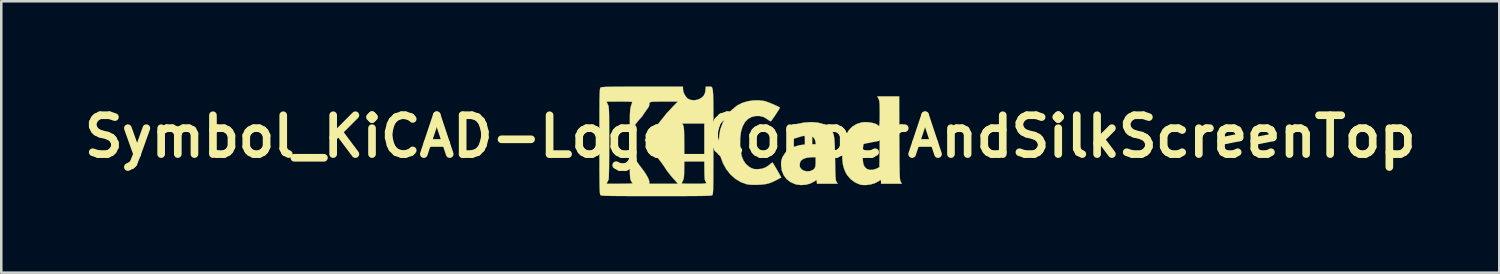
<source format=kicad_pcb>
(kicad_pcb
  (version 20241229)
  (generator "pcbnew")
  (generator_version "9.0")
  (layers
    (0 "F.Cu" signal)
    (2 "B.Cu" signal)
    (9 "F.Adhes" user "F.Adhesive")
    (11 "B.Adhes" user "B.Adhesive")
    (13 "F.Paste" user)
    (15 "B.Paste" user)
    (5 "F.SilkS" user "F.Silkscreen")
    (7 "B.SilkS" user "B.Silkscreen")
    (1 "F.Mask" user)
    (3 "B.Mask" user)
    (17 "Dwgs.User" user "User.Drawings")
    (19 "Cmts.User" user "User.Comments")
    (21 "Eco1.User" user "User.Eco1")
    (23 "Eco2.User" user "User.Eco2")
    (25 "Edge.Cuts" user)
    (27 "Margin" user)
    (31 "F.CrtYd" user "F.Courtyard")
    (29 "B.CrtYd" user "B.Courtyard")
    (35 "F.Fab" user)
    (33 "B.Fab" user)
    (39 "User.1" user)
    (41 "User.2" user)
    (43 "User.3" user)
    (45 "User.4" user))
  (footprint "Symbol_KiCAD-Logo_CopperAndSilkScreenTop"
    (layer "F.Cu")
    (at 26.387 2.306)
    (property "Reference" "Symbol_KiCAD-Logo_CopperAndSilkScreenTop" (at 0 0 0) (layer "F.SilkS") (effects (font (size 1.524 1.524) (thickness 0.3))))
    (attr through_hole)
    (fp_poly (pts (xy -2.044 -2.274) (xy -1.926 -2.208) (xy -1.833 -2.105) (xy -1.789 -2.019) (xy -1.759 -1.88) (xy -1.768 -1.742) (xy -1.815 -1.621) (xy -1.827 -1.602) (xy -1.918 -1.515) (xy -2.037 -1.454) (xy -2.17 -1.425) (xy -2.302 -1.428) (xy -2.42 -1.467) (xy -2.441 -1.48) (xy -2.523 -1.559) (xy -2.591 -1.667) (xy -2.633 -1.785) (xy -2.642 -1.854) (xy -2.622 -1.963) (xy -2.572 -2.078) (xy -2.501 -2.177) (xy -2.445 -2.226) (xy -2.313 -2.286) (xy -2.176 -2.301) (xy -2.044 -2.274)) (stroke (width 0.01) (type solid)) (fill yes) (layer "F.Mask"))
    (fp_poly (pts (xy -1.803 0.592) (xy -1.803 0.864) (xy -1.802 1.089) (xy -1.801 1.272) (xy -1.799 1.417) (xy -1.795 1.53) (xy -1.791 1.613) (xy -1.786 1.672) (xy -1.779 1.712) (xy -1.77 1.735) (xy -1.766 1.741) (xy -1.74 1.779) (xy -1.729 1.807) (xy -1.739 1.827) (xy -1.776 1.841) (xy -1.844 1.849) (xy -1.948 1.853) (xy -2.095 1.854) (xy -2.21 1.854) (xy -2.36 1.854) (xy -2.491 1.852) (xy -2.596 1.849) (xy -2.665 1.845) (xy -2.692 1.841) (xy -2.692 1.84) (xy -2.682 1.811) (xy -2.655 1.755) (xy -2.642 1.727) (xy -2.629 1.7) (xy -2.618 1.669) (xy -2.61 1.631) (xy -2.603 1.579) (xy -2.599 1.509) (xy -2.595 1.415) (xy -2.593 1.292) (xy -2.592 1.136) (xy -2.591 0.94) (xy -2.591 0.699) (xy -2.591 0.635) (xy -2.591 0.377) (xy -2.592 0.166) (xy -2.594 -0.005) (xy -2.596 -0.139) (xy -2.6 -0.241) (xy -2.605 -0.317) (xy -2.612 -0.372) (xy -2.62 -0.409) (xy -2.63 -0.433) (xy -2.668 -0.508) (xy -1.803 -0.508) (xy -1.803 0.592)) (stroke (width 0.01) (type solid)) (fill yes) (layer "F.Mask"))
    (fp_poly (pts (xy -3.386 -1.372) (xy -2.841 -1.372) (xy -3.04 -1.17) (xy -3.369 -0.807) (xy -3.584 -0.533) (xy -3.662 -0.43) (xy -3.757 -0.309) (xy -3.857 -0.186) (xy -3.952 -0.072) (xy -4.031 0.02) (xy -4.057 0.048) (xy -4.138 0.135) (xy -4.068 0.226) (xy -3.933 0.416) (xy -3.845 0.555) (xy -3.79 0.637) (xy -3.729 0.717) (xy -3.724 0.723) (xy -3.655 0.806) (xy -3.574 0.908) (xy -3.491 1.018) (xy -3.414 1.124) (xy -3.352 1.213) (xy -3.317 1.271) (xy -3.282 1.324) (xy -3.223 1.402) (xy -3.151 1.493) (xy -3.076 1.584) (xy -3.008 1.663) (xy -2.972 1.702) (xy -2.948 1.728) (xy -2.906 1.775) (xy -2.898 1.785) (xy -2.836 1.854) (xy -3.962 1.854) (xy -3.962 1.776) (xy -3.979 1.699) (xy -4.026 1.594) (xy -4.1 1.468) (xy -4.194 1.33) (xy -4.281 1.216) (xy -4.353 1.123) (xy -4.418 1.032) (xy -4.465 0.96) (xy -4.471 0.949) (xy -4.511 0.882) (xy -4.547 0.834) (xy -4.555 0.826) (xy -4.59 0.787) (xy -4.63 0.73) (xy -4.668 0.682) (xy -4.698 0.66) (xy -4.7 0.66) (xy -4.708 0.685) (xy -4.716 0.756) (xy -4.721 0.87) (xy -4.724 1.022) (xy -4.724 1.157) (xy -4.724 1.336) (xy -4.721 1.472) (xy -4.717 1.572) (xy -4.709 1.644) (xy -4.698 1.695) (xy -4.684 1.733) (xy -4.683 1.735) (xy -4.647 1.794) (xy -4.616 1.833) (xy -4.613 1.835) (xy -4.628 1.84) (xy -4.688 1.845) (xy -4.784 1.849) (xy -4.91 1.852) (xy -5.059 1.854) (xy -5.111 1.854) (xy -5.638 1.854) (xy -5.608 1.784) (xy -5.58 1.726) (xy -5.558 1.69) (xy -5.554 1.661) (xy -5.55 1.586) (xy -5.547 1.469) (xy -5.544 1.315) (xy -5.542 1.13) (xy -5.54 0.916) (xy -5.538 0.68) (xy -5.537 0.426) (xy -5.537 0.254) (xy -5.537 -0.05) (xy -5.538 -0.307) (xy -5.538 -0.522) (xy -5.539 -0.699) (xy -5.541 -0.842) (xy -5.544 -0.955) (xy -5.547 -1.043) (xy -5.552 -1.11) (xy -5.557 -1.159) (xy -5.564 -1.196) (xy -5.573 -1.224) (xy -5.583 -1.247) (xy -5.588 -1.257) (xy -5.619 -1.319) (xy -5.637 -1.358) (xy -5.639 -1.364) (xy -5.615 -1.366) (xy -5.547 -1.368) (xy -5.444 -1.37) (xy -5.313 -1.371) (xy -5.162 -1.372) (xy -5.128 -1.372) (xy -4.955 -1.371) (xy -4.826 -1.37) (xy -4.736 -1.368) (xy -4.678 -1.363) (xy -4.646 -1.356) (xy -4.633 -1.345) (xy -4.634 -1.331) (xy -4.636 -1.327) (xy -4.669 -1.238) (xy -4.693 -1.15) (xy -4.709 -1.051) (xy -4.719 -0.931) (xy -4.724 -0.779) (xy -4.724 -0.639) (xy -4.724 -0.219) (xy -4.648 -0.292) (xy -4.601 -0.342) (xy -4.574 -0.38) (xy -4.572 -0.387) (xy -4.557 -0.412) (xy -4.517 -0.466) (xy -4.462 -0.536) (xy -4.401 -0.611) (xy -4.342 -0.682) (xy -4.294 -0.736) (xy -4.267 -0.762) (xy -4.244 -0.789) (xy -4.206 -0.845) (xy -4.178 -0.889) (xy -4.12 -0.977) (xy -4.057 -1.063) (xy -4.035 -1.092) (xy -3.99 -1.158) (xy -3.965 -1.219) (xy -3.962 -1.236) (xy -3.962 -1.279) (xy -3.956 -1.312) (xy -3.939 -1.337) (xy -3.905 -1.353) (xy -3.847 -1.363) (xy -3.759 -1.369) (xy -3.635 -1.371) (xy -3.469 -1.372) (xy -3.386 -1.372)) (stroke (width 0.01) (type solid)) (fill yes) (layer "F.Mask"))
    (fp_poly (pts (xy 0.545 -1.394) (xy 0.586 -1.384) (xy 0.657 -1.361) (xy 0.752 -1.325) (xy 0.86 -1.281) (xy 0.967 -1.234) (xy 1.061 -1.19) (xy 1.131 -1.153) (xy 1.162 -1.132) (xy 1.152 -1.109) (xy 1.12 -1.054) (xy 1.071 -0.977) (xy 1.013 -0.888) (xy 0.951 -0.795) (xy 0.893 -0.71) (xy 0.843 -0.641) (xy 0.811 -0.6) (xy 0.782 -0.602) (xy 0.73 -0.633) (xy 0.686 -0.667) (xy 0.541 -0.759) (xy 0.376 -0.804) (xy 0.218 -0.806) (xy 0.047 -0.765) (xy -0.097 -0.682) (xy -0.214 -0.557) (xy -0.303 -0.392) (xy -0.364 -0.187) (xy -0.396 0.056) (xy -0.4 0.33) (xy -0.378 0.578) (xy -0.333 0.784) (xy -0.262 0.952) (xy -0.164 1.087) (xy -0.037 1.193) (xy -0.007 1.211) (xy 0.07 1.251) (xy 0.141 1.273) (xy 0.229 1.281) (xy 0.292 1.281) (xy 0.452 1.265) (xy 0.591 1.217) (xy 0.725 1.131) (xy 0.775 1.089) (xy 0.829 1.044) (xy 0.865 1.02) (xy 0.873 1.019) (xy 0.895 1.052) (xy 0.934 1.116) (xy 0.985 1.201) (xy 1.042 1.298) (xy 1.098 1.395) (xy 1.149 1.485) (xy 1.189 1.556) (xy 1.212 1.599) (xy 1.215 1.608) (xy 1.19 1.622) (xy 1.132 1.652) (xy 1.054 1.694) (xy 1.049 1.696) (xy 0.887 1.777) (xy 0.744 1.832) (xy 0.602 1.867) (xy 0.443 1.887) (xy 0.292 1.894) (xy 0.099 1.896) (xy -0.053 1.886) (xy -0.144 1.871) (xy -0.376 1.786) (xy -0.589 1.657) (xy -0.779 1.488) (xy -0.941 1.284) (xy -1.072 1.048) (xy -1.168 0.786) (xy -1.172 0.77) (xy -1.209 0.583) (xy -1.228 0.369) (xy -1.229 0.145) (xy -1.213 -0.07) (xy -1.18 -0.259) (xy -1.172 -0.291) (xy -1.07 -0.565) (xy -0.927 -0.811) (xy -0.746 -1.025) (xy -0.529 -1.206) (xy -0.508 -1.22) (xy -0.33 -1.312) (xy -0.122 -1.378) (xy 0.102 -1.415) (xy 0.329 -1.421) (xy 0.545 -1.394)) (stroke (width 0.01) (type solid)) (fill yes) (layer "F.SilkS"))
    (fp_poly (pts (xy 5.847 0.057) (xy 5.849 0.387) (xy 5.851 0.67) (xy 5.852 0.91) (xy 5.854 1.11) (xy 5.857 1.275) (xy 5.859 1.408) (xy 5.863 1.514) (xy 5.867 1.595) (xy 5.872 1.657) (xy 5.878 1.701) (xy 5.885 1.734) (xy 5.893 1.757) (xy 5.9 1.772) (xy 5.945 1.854) (xy 5.131 1.854) (xy 5.131 1.778) (xy 5.127 1.724) (xy 5.119 1.702) (xy 5.119 1.702) (xy 5.093 1.715) (xy 5.041 1.748) (xy 5.014 1.765) (xy 4.882 1.833) (xy 4.722 1.88) (xy 4.553 1.903) (xy 4.393 1.901) (xy 4.293 1.881) (xy 4.109 1.8) (xy 3.943 1.678) (xy 3.809 1.526) (xy 3.747 1.424) (xy 3.68 1.266) (xy 3.636 1.1) (xy 3.613 0.911) (xy 3.607 0.725) (xy 3.608 0.711) (xy 4.408 0.711) (xy 4.413 0.887) (xy 4.426 1.02) (xy 4.451 1.12) (xy 4.491 1.194) (xy 4.547 1.25) (xy 4.579 1.272) (xy 4.685 1.31) (xy 4.811 1.307) (xy 4.946 1.264) (xy 4.97 1.252) (xy 5.067 1.202) (xy 5.074 0.652) (xy 5.081 0.103) (xy 5.014 0.059) (xy 4.95 0.033) (xy 4.861 0.012) (xy 4.803 0.005) (xy 4.714 0.002) (xy 4.655 0.012) (xy 4.605 0.041) (xy 4.579 0.062) (xy 4.512 0.135) (xy 4.463 0.231) (xy 4.43 0.355) (xy 4.413 0.516) (xy 4.408 0.711) (xy 3.608 0.711) (xy 3.624 0.429) (xy 3.672 0.169) (xy 3.75 -0.053) (xy 3.859 -0.238) (xy 3.997 -0.383) (xy 4.164 -0.487) (xy 4.359 -0.55) (xy 4.398 -0.557) (xy 4.514 -0.565) (xy 4.641 -0.559) (xy 4.768 -0.539) (xy 4.881 -0.51) (xy 4.968 -0.473) (xy 5.016 -0.432) (xy 5.037 -0.408) (xy 5.053 -0.413) (xy 5.065 -0.451) (xy 5.073 -0.527) (xy 5.078 -0.644) (xy 5.08 -0.806) (xy 5.08 -0.896) (xy 5.079 -1.07) (xy 5.077 -1.202) (xy 5.073 -1.298) (xy 5.066 -1.368) (xy 5.056 -1.42) (xy 5.041 -1.461) (xy 5.032 -1.481) (xy 4.984 -1.575) (xy 5.84 -1.575) (xy 5.847 0.057)) (stroke (width 0.01) (type solid)) (fill yes) (layer "F.SilkS"))
    (fp_poly (pts (xy 2.628 -0.548) (xy 2.804 -0.508) (xy 2.923 -0.463) (xy 3.015 -0.407) (xy 3.098 -0.334) (xy 3.151 -0.279) (xy 3.194 -0.227) (xy 3.229 -0.173) (xy 3.257 -0.111) (xy 3.278 -0.034) (xy 3.293 0.062) (xy 3.305 0.183) (xy 3.313 0.335) (xy 3.319 0.525) (xy 3.323 0.756) (xy 3.326 0.877) (xy 3.33 1.109) (xy 3.334 1.296) (xy 3.338 1.443) (xy 3.343 1.555) (xy 3.349 1.638) (xy 3.356 1.698) (xy 3.365 1.74) (xy 3.376 1.769) (xy 3.385 1.786) (xy 3.43 1.854) (xy 2.619 1.854) (xy 2.603 1.701) (xy 2.504 1.768) (xy 2.348 1.847) (xy 2.167 1.893) (xy 1.977 1.904) (xy 1.794 1.878) (xy 1.761 1.868) (xy 1.574 1.786) (xy 1.424 1.669) (xy 1.311 1.519) (xy 1.238 1.342) (xy 1.209 1.139) (xy 1.209 1.118) (xy 1.209 1.089) (xy 1.938 1.089) (xy 1.942 1.178) (xy 1.952 1.209) (xy 2.015 1.289) (xy 2.11 1.343) (xy 2.223 1.367) (xy 2.342 1.356) (xy 2.38 1.345) (xy 2.467 1.303) (xy 2.522 1.25) (xy 2.553 1.175) (xy 2.565 1.066) (xy 2.565 1.012) (xy 2.565 0.813) (xy 2.399 0.813) (xy 2.236 0.828) (xy 2.097 0.871) (xy 2.002 0.932) (xy 1.959 0.998) (xy 1.938 1.089) (xy 1.209 1.089) (xy 1.211 1.003) (xy 1.225 0.916) (xy 1.255 0.832) (xy 1.278 0.782) (xy 1.382 0.626) (xy 1.527 0.5) (xy 1.71 0.405) (xy 1.933 0.341) (xy 2.193 0.309) (xy 2.334 0.305) (xy 2.572 0.305) (xy 2.558 0.201) (xy 2.522 0.088) (xy 2.45 0.01) (xy 2.344 -0.034) (xy 2.204 -0.042) (xy 2.032 -0.014) (xy 1.855 0.04) (xy 1.77 0.067) (xy 1.705 0.082) (xy 1.673 0.082) (xy 1.673 0.082) (xy 1.655 0.05) (xy 1.625 -0.016) (xy 1.588 -0.103) (xy 1.549 -0.199) (xy 1.513 -0.289) (xy 1.486 -0.362) (xy 1.474 -0.403) (xy 1.473 -0.407) (xy 1.495 -0.425) (xy 1.538 -0.432) (xy 1.59 -0.438) (xy 1.677 -0.455) (xy 1.785 -0.479) (xy 1.862 -0.498) (xy 2.128 -0.549) (xy 2.387 -0.565) (xy 2.628 -0.548)) (stroke (width 0.01) (type solid)) (fill yes) (layer "F.SilkS"))
    (fp_poly (pts (xy -1.549 -1.957) (xy -1.527 -1.95) (xy -1.508 -1.934) (xy -1.493 -1.905) (xy -1.481 -1.861) (xy -1.47 -1.798) (xy -1.463 -1.713) (xy -1.457 -1.603) (xy -1.453 -1.465) (xy -1.45 -1.296) (xy -1.448 -1.092) (xy -1.448 -0.851) (xy -1.448 -0.568) (xy -1.448 -0.242) (xy -1.448 0.131) (xy -1.448 0.191) (xy -1.448 0.566) (xy -1.448 0.894) (xy -1.449 1.177) (xy -1.45 1.42) (xy -1.451 1.624) (xy -1.452 1.794) (xy -1.455 1.933) (xy -1.457 2.043) (xy -1.461 2.129) (xy -1.465 2.193) (xy -1.47 2.239) (xy -1.475 2.269) (xy -1.482 2.288) (xy -1.488 2.297) (xy -1.499 2.304) (xy -1.519 2.31) (xy -1.552 2.316) (xy -1.599 2.32) (xy -1.666 2.324) (xy -1.755 2.327) (xy -1.868 2.33) (xy -2.01 2.332) (xy -2.183 2.334) (xy -2.39 2.335) (xy -2.635 2.336) (xy -2.921 2.336) (xy -3.251 2.337) (xy -3.628 2.337) (xy -3.683 2.337) (xy -4.067 2.337) (xy -4.403 2.336) (xy -4.695 2.336) (xy -4.945 2.335) (xy -5.158 2.334) (xy -5.335 2.332) (xy -5.481 2.33) (xy -5.598 2.328) (xy -5.689 2.325) (xy -5.759 2.321) (xy -5.809 2.316) (xy -5.843 2.311) (xy -5.865 2.305) (xy -5.877 2.298) (xy -5.878 2.297) (xy -5.886 2.286) (xy -5.892 2.265) (xy -5.897 2.232) (xy -5.902 2.184) (xy -5.906 2.116) (xy -5.909 2.026) (xy -5.912 1.911) (xy -5.914 1.767) (xy -5.915 1.591) (xy -5.917 1.381) (xy -5.917 1.131) (xy -5.918 0.84) (xy -5.918 0.504) (xy -5.918 0.191) (xy -5.918 -0.185) (xy -5.918 -0.513) (xy -5.917 -0.796) (xy -5.916 -1.039) (xy -5.915 -1.243) (xy -5.914 -1.364) (xy -5.639 -1.364) (xy -5.628 -1.339) (xy -5.602 -1.285) (xy -5.588 -1.257) (xy -5.577 -1.234) (xy -5.568 -1.209) (xy -5.56 -1.176) (xy -5.554 -1.133) (xy -5.549 -1.074) (xy -5.545 -0.996) (xy -5.542 -0.894) (xy -5.54 -0.764) (xy -5.539 -0.603) (xy -5.538 -0.404) (xy -5.537 -0.166) (xy -5.537 0.118) (xy -5.537 0.254) (xy -5.538 0.518) (xy -5.539 0.766) (xy -5.54 0.995) (xy -5.542 1.199) (xy -5.545 1.374) (xy -5.548 1.515) (xy -5.552 1.617) (xy -5.555 1.677) (xy -5.558 1.69) (xy -5.582 1.73) (xy -5.608 1.784) (xy -5.638 1.854) (xy -5.111 1.854) (xy -4.956 1.853) (xy -4.822 1.85) (xy -4.715 1.847) (xy -4.643 1.842) (xy -4.613 1.837) (xy -4.613 1.835) (xy -4.643 1.801) (xy -4.679 1.743) (xy -4.683 1.735) (xy -4.698 1.698) (xy -4.709 1.647) (xy -4.716 1.577) (xy -4.721 1.478) (xy -4.724 1.344) (xy -4.724 1.167) (xy -4.724 1.157) (xy -4.723 0.979) (xy -4.72 0.837) (xy -4.714 0.734) (xy -4.706 0.674) (xy -4.7 0.66) (xy -4.67 0.68) (xy -4.632 0.727) (xy -4.63 0.73) (xy -4.59 0.787) (xy -4.555 0.826) (xy -4.525 0.863) (xy -4.485 0.925) (xy -4.471 0.949) (xy -4.429 1.016) (xy -4.366 1.105) (xy -4.295 1.198) (xy -4.281 1.216) (xy -4.173 1.358) (xy -4.083 1.495) (xy -4.015 1.617) (xy -3.973 1.717) (xy -3.962 1.776) (xy -3.962 1.854) (xy -2.836 1.854) (xy -2.848 1.84) (xy -2.692 1.84) (xy -2.668 1.845) (xy -2.601 1.848) (xy -2.499 1.851) (xy -2.369 1.853) (xy -2.22 1.854) (xy -2.21 1.854) (xy -2.033 1.853) (xy -1.902 1.851) (xy -1.811 1.846) (xy -1.756 1.839) (xy -1.731 1.829) (xy -1.728 1.822) (xy -1.743 1.779) (xy -1.766 1.741) (xy -1.775 1.723) (xy -1.783 1.69) (xy -1.789 1.639) (xy -1.794 1.566) (xy -1.798 1.466) (xy -1.8 1.334) (xy -1.802 1.167) (xy -1.803 0.959) (xy -1.803 0.706) (xy -1.803 0.592) (xy -1.803 -0.508) (xy -2.668 -0.508) (xy -2.63 -0.433) (xy -2.62 -0.407) (xy -2.611 -0.369) (xy -2.605 -0.313) (xy -2.6 -0.236) (xy -2.596 -0.131) (xy -2.593 0.005) (xy -2.592 0.178) (xy -2.591 0.392) (xy -2.591 0.635) (xy -2.591 0.886) (xy -2.591 1.093) (xy -2.593 1.258) (xy -2.595 1.389) (xy -2.598 1.489) (xy -2.602 1.564) (xy -2.608 1.62) (xy -2.616 1.661) (xy -2.626 1.693) (xy -2.638 1.721) (xy -2.642 1.727) (xy -2.673 1.791) (xy -2.691 1.833) (xy -2.692 1.84) (xy -2.848 1.84) (xy -2.898 1.785) (xy -2.941 1.735) (xy -2.97 1.704) (xy -2.972 1.702) (xy -3.03 1.639) (xy -3.101 1.555) (xy -3.176 1.462) (xy -3.245 1.374) (xy -3.296 1.302) (xy -3.317 1.271) (xy -3.357 1.207) (xy -3.42 1.115) (xy -3.498 1.009) (xy -3.582 0.899) (xy -3.661 0.797) (xy -3.724 0.723) (xy -3.784 0.646) (xy -3.841 0.562) (xy -3.845 0.555) (xy -3.972 0.357) (xy -4.068 0.226) (xy -4.138 0.135) (xy -4.057 0.048) (xy -3.986 -0.031) (xy -3.896 -0.138) (xy -3.797 -0.26) (xy -3.699 -0.383) (xy -3.613 -0.494) (xy -3.584 -0.533) (xy -3.279 -0.913) (xy -3.04 -1.17) (xy -2.841 -1.372) (xy -3.386 -1.372) (xy -3.571 -1.371) (xy -3.712 -1.37) (xy -3.814 -1.366) (xy -3.884 -1.358) (xy -3.927 -1.344) (xy -3.951 -1.324) (xy -3.96 -1.294) (xy -3.962 -1.255) (xy -3.962 -1.236) (xy -3.978 -1.182) (xy -4.017 -1.115) (xy -4.035 -1.092) (xy -4.093 -1.014) (xy -4.156 -0.923) (xy -4.178 -0.889) (xy -4.221 -0.822) (xy -4.255 -0.775) (xy -4.267 -0.762) (xy -4.297 -0.733) (xy -4.346 -0.677) (xy -4.405 -0.606) (xy -4.467 -0.53) (xy -4.521 -0.461) (xy -4.559 -0.409) (xy -4.572 -0.387) (xy -4.589 -0.357) (xy -4.631 -0.309) (xy -4.648 -0.292) (xy -4.724 -0.219) (xy -4.724 -0.639) (xy -4.723 -0.822) (xy -4.717 -0.965) (xy -4.706 -1.078) (xy -4.688 -1.173) (xy -4.661 -1.261) (xy -4.636 -1.327) (xy -4.633 -1.342) (xy -4.641 -1.353) (xy -4.668 -1.361) (xy -4.72 -1.367) (xy -4.802 -1.37) (xy -4.921 -1.371) (xy -5.083 -1.372) (xy -5.128 -1.372) (xy -5.283 -1.371) (xy -5.419 -1.37) (xy -5.528 -1.369) (xy -5.604 -1.367) (xy -5.638 -1.365) (xy -5.639 -1.364) (xy -5.914 -1.364) (xy -5.914 -1.413) (xy -5.911 -1.552) (xy -5.909 -1.662) (xy -5.905 -1.748) (xy -5.901 -1.812) (xy -5.896 -1.858) (xy -5.891 -1.888) (xy -5.884 -1.907) (xy -5.878 -1.916) (xy -5.866 -1.924) (xy -5.844 -1.931) (xy -5.808 -1.937) (xy -5.755 -1.942) (xy -5.681 -1.946) (xy -5.583 -1.949) (xy -5.456 -1.951) (xy -5.297 -1.953) (xy -5.103 -1.954) (xy -4.869 -1.955) (xy -4.592 -1.956) (xy -4.268 -1.956) (xy -2.642 -1.956) (xy -2.642 -1.86) (xy -2.622 -1.744) (xy -2.568 -1.625) (xy -2.493 -1.524) (xy -2.441 -1.48) (xy -2.327 -1.433) (xy -2.196 -1.422) (xy -2.062 -1.446) (xy -1.939 -1.501) (xy -1.842 -1.584) (xy -1.826 -1.604) (xy -1.779 -1.705) (xy -1.758 -1.82) (xy -1.746 -1.956) (xy -1.637 -1.956) (xy -1.603 -1.957) (xy -1.574 -1.959) (xy -1.549 -1.957)) (stroke (width 0.01) (type solid)) (fill yes) (layer "F.SilkS")))
  (gr_rect
    (start -3 -3)
    (end 55.774 7.648)
    (stroke (width 0.1) (type default))
    (fill no)
    (layer "Edge.Cuts")))
</source>
